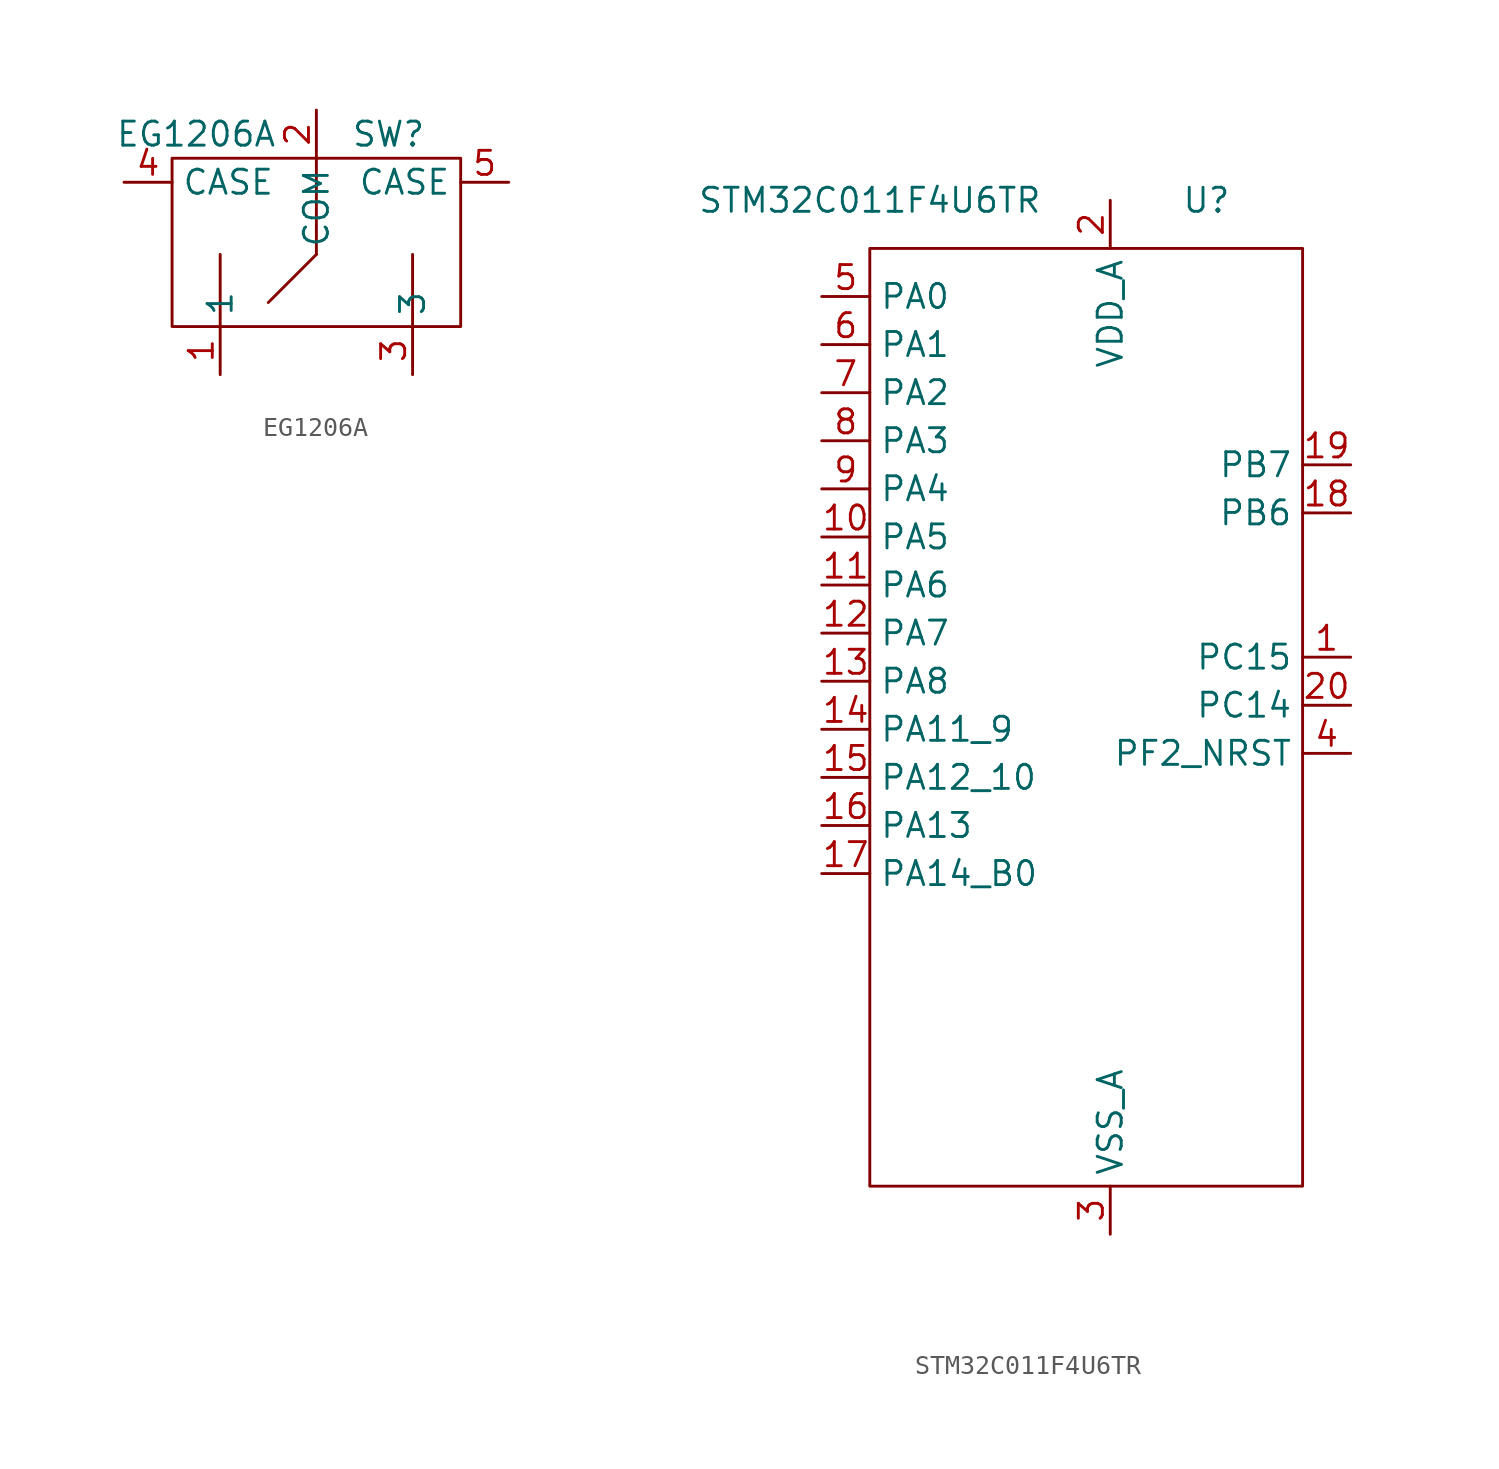
<source format=kicad_sym>
(kicad_symbol_lib
  (version 20211014)
  (generator kicad_symbol_editor)
  (symbol "EG1206A"
    (property "Reference" "SW"
      (at 3.81 5.08 0)
      (effects (font (size 1.27 1.27))))
    (property "Value" "EG1206A"
      (at -6.35 5.08 0)
      (effects (font (size 1.27 1.27))))
    (symbol "EG1206A_0_1"
      (rectangle (start -7.62 3.81) (end 7.62 -5.08) (stroke (width 0) (type default) (color 0 0 0 0)) (fill (type none)))
      (polyline (pts (xy -5.08 -5.08) (xy -5.08 -1.27)) (stroke (width 0) (type default) (color 0 0 0 0)) (fill (type none)))
      (polyline (pts (xy 0 -1.27) (xy -2.54 -3.81)) (stroke (width 0) (type default) (color 0 0 0 0)) (fill (type none)))
      (polyline (pts (xy 0 3.81) (xy 0 -1.27)) (stroke (width 0) (type default) (color 0 0 0 0)) (fill (type none)))
      (polyline (pts (xy 5.08 -5.08) (xy 5.08 -1.27)) (stroke (width 0) (type default) (color 0 0 0 0)) (fill (type none))))
    (symbol "EG1206A_1_1"
      (pin bidirectional line (at -5.08 -7.62 90) (length 2.54) (name "1" (effects (font (size 1.27 1.27)))) (number "1" (effects (font (size 1.27 1.27)))))
      (pin bidirectional line (at 0 6.35 270) (length 2.54) (name "COM" (effects (font (size 1.27 1.27)))) (number "2" (effects (font (size 1.27 1.27)))))
      (pin bidirectional line (at 5.08 -7.62 90) (length 2.54) (name "3" (effects (font (size 1.27 1.27)))) (number "3" (effects (font (size 1.27 1.27)))))
      (pin power_in line (at -10.16 2.54 0) (length 2.54) (name "CASE" (effects (font (size 1.27 1.27)))) (number "4" (effects (font (size 1.27 1.27)))))
      (pin power_in line (at 10.16 2.54 180) (length 2.54) (name "CASE" (effects (font (size 1.27 1.27)))) (number "5" (effects (font (size 1.27 1.27)))))))
  (symbol "STM32C011F4U6TR"
    (property "Reference" "U"
      (at 33.02 -11.43 0)
      (effects (font (size 1.27 1.27))))
    (property "Value" "STM32C011F4U6TR"
      (at 15.24 -11.43 0)
      (effects (font (size 1.27 1.27))))
    (symbol "STM32C011F4U6TR_0_0"
      (pin bidirectional line (at 40.64 -35.56 180) (length 2.54) (name "PC15" (effects (font (size 1.27 1.27)))) (number "1" (effects (font (size 1.27 1.27)))))
      (pin bidirectional line (at 12.7 -29.21 0) (length 2.54) (name "PA5" (effects (font (size 1.27 1.27)))) (number "10" (effects (font (size 1.27 1.27)))))
      (pin bidirectional line (at 12.7 -31.75 0) (length 2.54) (name "PA6" (effects (font (size 1.27 1.27)))) (number "11" (effects (font (size 1.27 1.27)))))
      (pin bidirectional line (at 12.7 -34.29 0) (length 2.54) (name "PA7" (effects (font (size 1.27 1.27)))) (number "12" (effects (font (size 1.27 1.27)))))
      (pin bidirectional line (at 12.7 -36.83 0) (length 2.54) (name "PA8" (effects (font (size 1.27 1.27)))) (number "13" (effects (font (size 1.27 1.27)))))
      (pin bidirectional line (at 12.7 -39.37 0) (length 2.54) (name "PA11_9" (effects (font (size 1.27 1.27)))) (number "14" (effects (font (size 1.27 1.27)))))
      (pin bidirectional line (at 12.7 -41.91 0) (length 2.54) (name "PA12_10" (effects (font (size 1.27 1.27)))) (number "15" (effects (font (size 1.27 1.27)))))
      (pin bidirectional line (at 12.7 -44.45 0) (length 2.54) (name "PA13" (effects (font (size 1.27 1.27)))) (number "16" (effects (font (size 1.27 1.27)))))
      (pin bidirectional line (at 12.7 -46.99 0) (length 2.54) (name "PA14_B0" (effects (font (size 1.27 1.27)))) (number "17" (effects (font (size 1.27 1.27)))))
      (pin bidirectional line (at 40.64 -27.94 180) (length 2.54) (name "PB6" (effects (font (size 1.27 1.27)))) (number "18" (effects (font (size 1.27 1.27)))))
      (pin bidirectional line (at 40.64 -25.4 180) (length 2.54) (name "PB7" (effects (font (size 1.27 1.27)))) (number "19" (effects (font (size 1.27 1.27)))))
      (pin power_in line (at 27.94 -11.43 270) (length 2.54) (name "VDD_A" (effects (font (size 1.27 1.27)))) (number "2" (effects (font (size 1.27 1.27)))))
      (pin bidirectional line (at 40.64 -38.1 180) (length 2.54) (name "PC14" (effects (font (size 1.27 1.27)))) (number "20" (effects (font (size 1.27 1.27)))))
      (pin power_in line (at 27.94 -66.04 90) (length 2.54) (name "VSS_A" (effects (font (size 1.27 1.27)))) (number "3" (effects (font (size 1.27 1.27)))))
      (pin bidirectional line (at 40.64 -40.64 180) (length 2.54) (name "PF2_NRST" (effects (font (size 1.27 1.27)))) (number "4" (effects (font (size 1.27 1.27)))))
      (pin bidirectional line (at 12.7 -16.51 0) (length 2.54) (name "PA0" (effects (font (size 1.27 1.27)))) (number "5" (effects (font (size 1.27 1.27)))))
      (pin bidirectional line (at 12.7 -19.05 0) (length 2.54) (name "PA1" (effects (font (size 1.27 1.27)))) (number "6" (effects (font (size 1.27 1.27)))))
      (pin bidirectional line (at 12.7 -21.59 0) (length 2.54) (name "PA2" (effects (font (size 1.27 1.27)))) (number "7" (effects (font (size 1.27 1.27)))))
      (pin bidirectional line (at 12.7 -24.13 0) (length 2.54) (name "PA3" (effects (font (size 1.27 1.27)))) (number "8" (effects (font (size 1.27 1.27)))))
      (pin bidirectional line (at 12.7 -26.67 0) (length 2.54) (name "PA4" (effects (font (size 1.27 1.27)))) (number "9" (effects (font (size 1.27 1.27))))))
    (symbol "STM32C011F4U6TR_0_1"
      (rectangle (start 15.24 -13.97) (end 38.1 -63.5) (stroke (width 0) (type default) (color 0 0 0 0)) (fill (type none))))))
</source>
